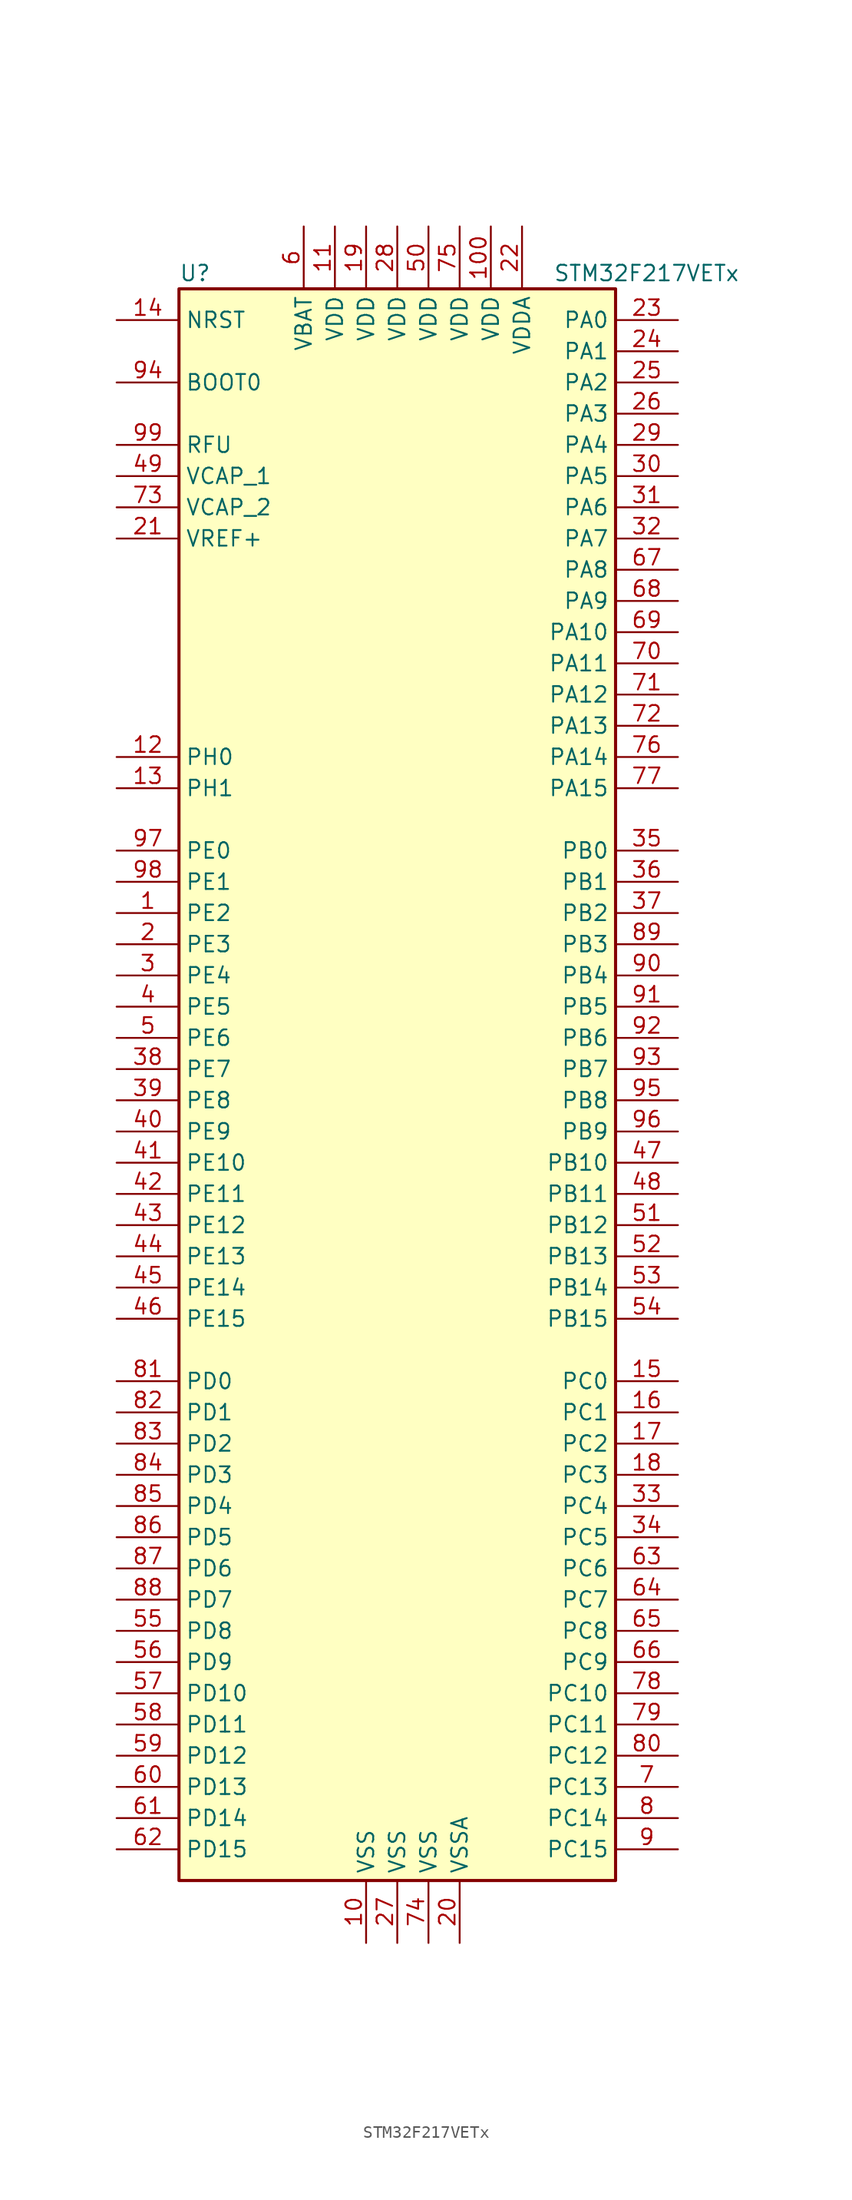
<source format=kicad_sym>
(kicad_symbol_lib
  (version 20201005)
  (generator kicad_symbol_editor)
  (symbol "STM32F217VETx"
    (property "Reference" "U"
      (at -17.78 64.77 0)
      (effects (font (size 1.27 1.27)) (justify left)))
    (property "Value" "STM32F217VETx"
      (at 12.7 64.77 0)
      (effects (font (size 1.27 1.27)) (justify left)))
    (symbol "STM32F217VETx_0_1"
      (rectangle (start -17.78 -66.04) (end 17.78 63.5) (stroke (width 0.254)) (fill (type background))))
    (symbol "STM32F217VETx_1_1"
      (pin input line (at -22.86 55.88 0) (length 5.08) (name "BOOT0" (effects (font (size 1.27 1.27)))) (number "94" (effects (font (size 1.27 1.27)))))
      (pin input line (at -22.86 60.96 0) (length 5.08) (name "NRST" (effects (font (size 1.27 1.27)))) (number "14" (effects (font (size 1.27 1.27)))))
      (pin bidirectional line (at 22.86 60.96 180) (length 5.08) (name "PA0" (effects (font (size 1.27 1.27)))) (number "23" (effects (font (size 1.27 1.27)))))
      (pin bidirectional line (at 22.86 58.42 180) (length 5.08) (name "PA1" (effects (font (size 1.27 1.27)))) (number "24" (effects (font (size 1.27 1.27)))))
      (pin bidirectional line (at 22.86 35.56 180) (length 5.08) (name "PA10" (effects (font (size 1.27 1.27)))) (number "69" (effects (font (size 1.27 1.27)))))
      (pin bidirectional line (at 22.86 33.02 180) (length 5.08) (name "PA11" (effects (font (size 1.27 1.27)))) (number "70" (effects (font (size 1.27 1.27)))))
      (pin bidirectional line (at 22.86 30.48 180) (length 5.08) (name "PA12" (effects (font (size 1.27 1.27)))) (number "71" (effects (font (size 1.27 1.27)))))
      (pin bidirectional line (at 22.86 27.94 180) (length 5.08) (name "PA13" (effects (font (size 1.27 1.27)))) (number "72" (effects (font (size 1.27 1.27)))))
      (pin bidirectional line (at 22.86 25.4 180) (length 5.08) (name "PA14" (effects (font (size 1.27 1.27)))) (number "76" (effects (font (size 1.27 1.27)))))
      (pin bidirectional line (at 22.86 22.86 180) (length 5.08) (name "PA15" (effects (font (size 1.27 1.27)))) (number "77" (effects (font (size 1.27 1.27)))))
      (pin bidirectional line (at 22.86 55.88 180) (length 5.08) (name "PA2" (effects (font (size 1.27 1.27)))) (number "25" (effects (font (size 1.27 1.27)))))
      (pin bidirectional line (at 22.86 53.34 180) (length 5.08) (name "PA3" (effects (font (size 1.27 1.27)))) (number "26" (effects (font (size 1.27 1.27)))))
      (pin bidirectional line (at 22.86 50.8 180) (length 5.08) (name "PA4" (effects (font (size 1.27 1.27)))) (number "29" (effects (font (size 1.27 1.27)))))
      (pin bidirectional line (at 22.86 48.26 180) (length 5.08) (name "PA5" (effects (font (size 1.27 1.27)))) (number "30" (effects (font (size 1.27 1.27)))))
      (pin bidirectional line (at 22.86 45.72 180) (length 5.08) (name "PA6" (effects (font (size 1.27 1.27)))) (number "31" (effects (font (size 1.27 1.27)))))
      (pin bidirectional line (at 22.86 43.18 180) (length 5.08) (name "PA7" (effects (font (size 1.27 1.27)))) (number "32" (effects (font (size 1.27 1.27)))))
      (pin bidirectional line (at 22.86 40.64 180) (length 5.08) (name "PA8" (effects (font (size 1.27 1.27)))) (number "67" (effects (font (size 1.27 1.27)))))
      (pin bidirectional line (at 22.86 38.1 180) (length 5.08) (name "PA9" (effects (font (size 1.27 1.27)))) (number "68" (effects (font (size 1.27 1.27)))))
      (pin bidirectional line (at 22.86 17.78 180) (length 5.08) (name "PB0" (effects (font (size 1.27 1.27)))) (number "35" (effects (font (size 1.27 1.27)))))
      (pin bidirectional line (at 22.86 15.24 180) (length 5.08) (name "PB1" (effects (font (size 1.27 1.27)))) (number "36" (effects (font (size 1.27 1.27)))))
      (pin bidirectional line (at 22.86 -7.62 180) (length 5.08) (name "PB10" (effects (font (size 1.27 1.27)))) (number "47" (effects (font (size 1.27 1.27)))))
      (pin bidirectional line (at 22.86 -10.16 180) (length 5.08) (name "PB11" (effects (font (size 1.27 1.27)))) (number "48" (effects (font (size 1.27 1.27)))))
      (pin bidirectional line (at 22.86 -12.7 180) (length 5.08) (name "PB12" (effects (font (size 1.27 1.27)))) (number "51" (effects (font (size 1.27 1.27)))))
      (pin bidirectional line (at 22.86 -15.24 180) (length 5.08) (name "PB13" (effects (font (size 1.27 1.27)))) (number "52" (effects (font (size 1.27 1.27)))))
      (pin bidirectional line (at 22.86 -17.78 180) (length 5.08) (name "PB14" (effects (font (size 1.27 1.27)))) (number "53" (effects (font (size 1.27 1.27)))))
      (pin bidirectional line (at 22.86 -20.32 180) (length 5.08) (name "PB15" (effects (font (size 1.27 1.27)))) (number "54" (effects (font (size 1.27 1.27)))))
      (pin bidirectional line (at 22.86 12.7 180) (length 5.08) (name "PB2" (effects (font (size 1.27 1.27)))) (number "37" (effects (font (size 1.27 1.27)))))
      (pin bidirectional line (at 22.86 10.16 180) (length 5.08) (name "PB3" (effects (font (size 1.27 1.27)))) (number "89" (effects (font (size 1.27 1.27)))))
      (pin bidirectional line (at 22.86 7.62 180) (length 5.08) (name "PB4" (effects (font (size 1.27 1.27)))) (number "90" (effects (font (size 1.27 1.27)))))
      (pin bidirectional line (at 22.86 5.08 180) (length 5.08) (name "PB5" (effects (font (size 1.27 1.27)))) (number "91" (effects (font (size 1.27 1.27)))))
      (pin bidirectional line (at 22.86 2.54 180) (length 5.08) (name "PB6" (effects (font (size 1.27 1.27)))) (number "92" (effects (font (size 1.27 1.27)))))
      (pin bidirectional line (at 22.86 0 180) (length 5.08) (name "PB7" (effects (font (size 1.27 1.27)))) (number "93" (effects (font (size 1.27 1.27)))))
      (pin bidirectional line (at 22.86 -2.54 180) (length 5.08) (name "PB8" (effects (font (size 1.27 1.27)))) (number "95" (effects (font (size 1.27 1.27)))))
      (pin bidirectional line (at 22.86 -5.08 180) (length 5.08) (name "PB9" (effects (font (size 1.27 1.27)))) (number "96" (effects (font (size 1.27 1.27)))))
      (pin bidirectional line (at 22.86 -25.4 180) (length 5.08) (name "PC0" (effects (font (size 1.27 1.27)))) (number "15" (effects (font (size 1.27 1.27)))))
      (pin bidirectional line (at 22.86 -27.94 180) (length 5.08) (name "PC1" (effects (font (size 1.27 1.27)))) (number "16" (effects (font (size 1.27 1.27)))))
      (pin bidirectional line (at 22.86 -50.8 180) (length 5.08) (name "PC10" (effects (font (size 1.27 1.27)))) (number "78" (effects (font (size 1.27 1.27)))))
      (pin bidirectional line (at 22.86 -53.34 180) (length 5.08) (name "PC11" (effects (font (size 1.27 1.27)))) (number "79" (effects (font (size 1.27 1.27)))))
      (pin bidirectional line (at 22.86 -55.88 180) (length 5.08) (name "PC12" (effects (font (size 1.27 1.27)))) (number "80" (effects (font (size 1.27 1.27)))))
      (pin bidirectional line (at 22.86 -58.42 180) (length 5.08) (name "PC13" (effects (font (size 1.27 1.27)))) (number "7" (effects (font (size 1.27 1.27)))))
      (pin bidirectional line (at 22.86 -60.96 180) (length 5.08) (name "PC14" (effects (font (size 1.27 1.27)))) (number "8" (effects (font (size 1.27 1.27)))))
      (pin bidirectional line (at 22.86 -63.5 180) (length 5.08) (name "PC15" (effects (font (size 1.27 1.27)))) (number "9" (effects (font (size 1.27 1.27)))))
      (pin bidirectional line (at 22.86 -30.48 180) (length 5.08) (name "PC2" (effects (font (size 1.27 1.27)))) (number "17" (effects (font (size 1.27 1.27)))))
      (pin bidirectional line (at 22.86 -33.02 180) (length 5.08) (name "PC3" (effects (font (size 1.27 1.27)))) (number "18" (effects (font (size 1.27 1.27)))))
      (pin bidirectional line (at 22.86 -35.56 180) (length 5.08) (name "PC4" (effects (font (size 1.27 1.27)))) (number "33" (effects (font (size 1.27 1.27)))))
      (pin bidirectional line (at 22.86 -38.1 180) (length 5.08) (name "PC5" (effects (font (size 1.27 1.27)))) (number "34" (effects (font (size 1.27 1.27)))))
      (pin bidirectional line (at 22.86 -40.64 180) (length 5.08) (name "PC6" (effects (font (size 1.27 1.27)))) (number "63" (effects (font (size 1.27 1.27)))))
      (pin bidirectional line (at 22.86 -43.18 180) (length 5.08) (name "PC7" (effects (font (size 1.27 1.27)))) (number "64" (effects (font (size 1.27 1.27)))))
      (pin bidirectional line (at 22.86 -45.72 180) (length 5.08) (name "PC8" (effects (font (size 1.27 1.27)))) (number "65" (effects (font (size 1.27 1.27)))))
      (pin bidirectional line (at 22.86 -48.26 180) (length 5.08) (name "PC9" (effects (font (size 1.27 1.27)))) (number "66" (effects (font (size 1.27 1.27)))))
      (pin bidirectional line (at -22.86 -25.4 0) (length 5.08) (name "PD0" (effects (font (size 1.27 1.27)))) (number "81" (effects (font (size 1.27 1.27)))))
      (pin bidirectional line (at -22.86 -27.94 0) (length 5.08) (name "PD1" (effects (font (size 1.27 1.27)))) (number "82" (effects (font (size 1.27 1.27)))))
      (pin bidirectional line (at -22.86 -50.8 0) (length 5.08) (name "PD10" (effects (font (size 1.27 1.27)))) (number "57" (effects (font (size 1.27 1.27)))))
      (pin bidirectional line (at -22.86 -53.34 0) (length 5.08) (name "PD11" (effects (font (size 1.27 1.27)))) (number "58" (effects (font (size 1.27 1.27)))))
      (pin bidirectional line (at -22.86 -55.88 0) (length 5.08) (name "PD12" (effects (font (size 1.27 1.27)))) (number "59" (effects (font (size 1.27 1.27)))))
      (pin bidirectional line (at -22.86 -58.42 0) (length 5.08) (name "PD13" (effects (font (size 1.27 1.27)))) (number "60" (effects (font (size 1.27 1.27)))))
      (pin bidirectional line (at -22.86 -60.96 0) (length 5.08) (name "PD14" (effects (font (size 1.27 1.27)))) (number "61" (effects (font (size 1.27 1.27)))))
      (pin bidirectional line (at -22.86 -63.5 0) (length 5.08) (name "PD15" (effects (font (size 1.27 1.27)))) (number "62" (effects (font (size 1.27 1.27)))))
      (pin bidirectional line (at -22.86 -30.48 0) (length 5.08) (name "PD2" (effects (font (size 1.27 1.27)))) (number "83" (effects (font (size 1.27 1.27)))))
      (pin bidirectional line (at -22.86 -33.02 0) (length 5.08) (name "PD3" (effects (font (size 1.27 1.27)))) (number "84" (effects (font (size 1.27 1.27)))))
      (pin bidirectional line (at -22.86 -35.56 0) (length 5.08) (name "PD4" (effects (font (size 1.27 1.27)))) (number "85" (effects (font (size 1.27 1.27)))))
      (pin bidirectional line (at -22.86 -38.1 0) (length 5.08) (name "PD5" (effects (font (size 1.27 1.27)))) (number "86" (effects (font (size 1.27 1.27)))))
      (pin bidirectional line (at -22.86 -40.64 0) (length 5.08) (name "PD6" (effects (font (size 1.27 1.27)))) (number "87" (effects (font (size 1.27 1.27)))))
      (pin bidirectional line (at -22.86 -43.18 0) (length 5.08) (name "PD7" (effects (font (size 1.27 1.27)))) (number "88" (effects (font (size 1.27 1.27)))))
      (pin bidirectional line (at -22.86 -45.72 0) (length 5.08) (name "PD8" (effects (font (size 1.27 1.27)))) (number "55" (effects (font (size 1.27 1.27)))))
      (pin bidirectional line (at -22.86 -48.26 0) (length 5.08) (name "PD9" (effects (font (size 1.27 1.27)))) (number "56" (effects (font (size 1.27 1.27)))))
      (pin bidirectional line (at -22.86 17.78 0) (length 5.08) (name "PE0" (effects (font (size 1.27 1.27)))) (number "97" (effects (font (size 1.27 1.27)))))
      (pin bidirectional line (at -22.86 15.24 0) (length 5.08) (name "PE1" (effects (font (size 1.27 1.27)))) (number "98" (effects (font (size 1.27 1.27)))))
      (pin bidirectional line (at -22.86 -7.62 0) (length 5.08) (name "PE10" (effects (font (size 1.27 1.27)))) (number "41" (effects (font (size 1.27 1.27)))))
      (pin bidirectional line (at -22.86 -10.16 0) (length 5.08) (name "PE11" (effects (font (size 1.27 1.27)))) (number "42" (effects (font (size 1.27 1.27)))))
      (pin bidirectional line (at -22.86 -12.7 0) (length 5.08) (name "PE12" (effects (font (size 1.27 1.27)))) (number "43" (effects (font (size 1.27 1.27)))))
      (pin bidirectional line (at -22.86 -15.24 0) (length 5.08) (name "PE13" (effects (font (size 1.27 1.27)))) (number "44" (effects (font (size 1.27 1.27)))))
      (pin bidirectional line (at -22.86 -17.78 0) (length 5.08) (name "PE14" (effects (font (size 1.27 1.27)))) (number "45" (effects (font (size 1.27 1.27)))))
      (pin bidirectional line (at -22.86 -20.32 0) (length 5.08) (name "PE15" (effects (font (size 1.27 1.27)))) (number "46" (effects (font (size 1.27 1.27)))))
      (pin bidirectional line (at -22.86 12.7 0) (length 5.08) (name "PE2" (effects (font (size 1.27 1.27)))) (number "1" (effects (font (size 1.27 1.27)))))
      (pin bidirectional line (at -22.86 10.16 0) (length 5.08) (name "PE3" (effects (font (size 1.27 1.27)))) (number "2" (effects (font (size 1.27 1.27)))))
      (pin bidirectional line (at -22.86 7.62 0) (length 5.08) (name "PE4" (effects (font (size 1.27 1.27)))) (number "3" (effects (font (size 1.27 1.27)))))
      (pin bidirectional line (at -22.86 5.08 0) (length 5.08) (name "PE5" (effects (font (size 1.27 1.27)))) (number "4" (effects (font (size 1.27 1.27)))))
      (pin bidirectional line (at -22.86 2.54 0) (length 5.08) (name "PE6" (effects (font (size 1.27 1.27)))) (number "5" (effects (font (size 1.27 1.27)))))
      (pin bidirectional line (at -22.86 0 0) (length 5.08) (name "PE7" (effects (font (size 1.27 1.27)))) (number "38" (effects (font (size 1.27 1.27)))))
      (pin bidirectional line (at -22.86 -2.54 0) (length 5.08) (name "PE8" (effects (font (size 1.27 1.27)))) (number "39" (effects (font (size 1.27 1.27)))))
      (pin bidirectional line (at -22.86 -5.08 0) (length 5.08) (name "PE9" (effects (font (size 1.27 1.27)))) (number "40" (effects (font (size 1.27 1.27)))))
      (pin input line (at -22.86 25.4 0) (length 5.08) (name "PH0" (effects (font (size 1.27 1.27)))) (number "12" (effects (font (size 1.27 1.27)))))
      (pin input line (at -22.86 22.86 0) (length 5.08) (name "PH1" (effects (font (size 1.27 1.27)))) (number "13" (effects (font (size 1.27 1.27)))))
      (pin power_in line (at -22.86 50.8 0) (length 5.08) (name "RFU" (effects (font (size 1.27 1.27)))) (number "99" (effects (font (size 1.27 1.27)))))
      (pin power_in line (at -7.62 68.58 270) (length 5.08) (name "VBAT" (effects (font (size 1.27 1.27)))) (number "6" (effects (font (size 1.27 1.27)))))
      (pin power_in line (at -22.86 48.26 0) (length 5.08) (name "VCAP_1" (effects (font (size 1.27 1.27)))) (number "49" (effects (font (size 1.27 1.27)))))
      (pin power_in line (at -22.86 45.72 0) (length 5.08) (name "VCAP_2" (effects (font (size 1.27 1.27)))) (number "73" (effects (font (size 1.27 1.27)))))
      (pin power_in line (at 7.62 68.58 270) (length 5.08) (name "VDD" (effects (font (size 1.27 1.27)))) (number "100" (effects (font (size 1.27 1.27)))))
      (pin power_in line (at -5.08 68.58 270) (length 5.08) (name "VDD" (effects (font (size 1.27 1.27)))) (number "11" (effects (font (size 1.27 1.27)))))
      (pin power_in line (at -2.54 68.58 270) (length 5.08) (name "VDD" (effects (font (size 1.27 1.27)))) (number "19" (effects (font (size 1.27 1.27)))))
      (pin power_in line (at 0 68.58 270) (length 5.08) (name "VDD" (effects (font (size 1.27 1.27)))) (number "28" (effects (font (size 1.27 1.27)))))
      (pin power_in line (at 2.54 68.58 270) (length 5.08) (name "VDD" (effects (font (size 1.27 1.27)))) (number "50" (effects (font (size 1.27 1.27)))))
      (pin power_in line (at 5.08 68.58 270) (length 5.08) (name "VDD" (effects (font (size 1.27 1.27)))) (number "75" (effects (font (size 1.27 1.27)))))
      (pin power_in line (at 10.16 68.58 270) (length 5.08) (name "VDDA" (effects (font (size 1.27 1.27)))) (number "22" (effects (font (size 1.27 1.27)))))
      (pin power_in line (at -22.86 43.18 0) (length 5.08) (name "VREF+" (effects (font (size 1.27 1.27)))) (number "21" (effects (font (size 1.27 1.27)))))
      (pin power_in line (at -2.54 -71.12 90) (length 5.08) (name "VSS" (effects (font (size 1.27 1.27)))) (number "10" (effects (font (size 1.27 1.27)))))
      (pin power_in line (at 0 -71.12 90) (length 5.08) (name "VSS" (effects (font (size 1.27 1.27)))) (number "27" (effects (font (size 1.27 1.27)))))
      (pin power_in line (at 2.54 -71.12 90) (length 5.08) (name "VSS" (effects (font (size 1.27 1.27)))) (number "74" (effects (font (size 1.27 1.27)))))
      (pin power_in line (at 5.08 -71.12 90) (length 5.08) (name "VSSA" (effects (font (size 1.27 1.27)))) (number "20" (effects (font (size 1.27 1.27))))))))
</source>
